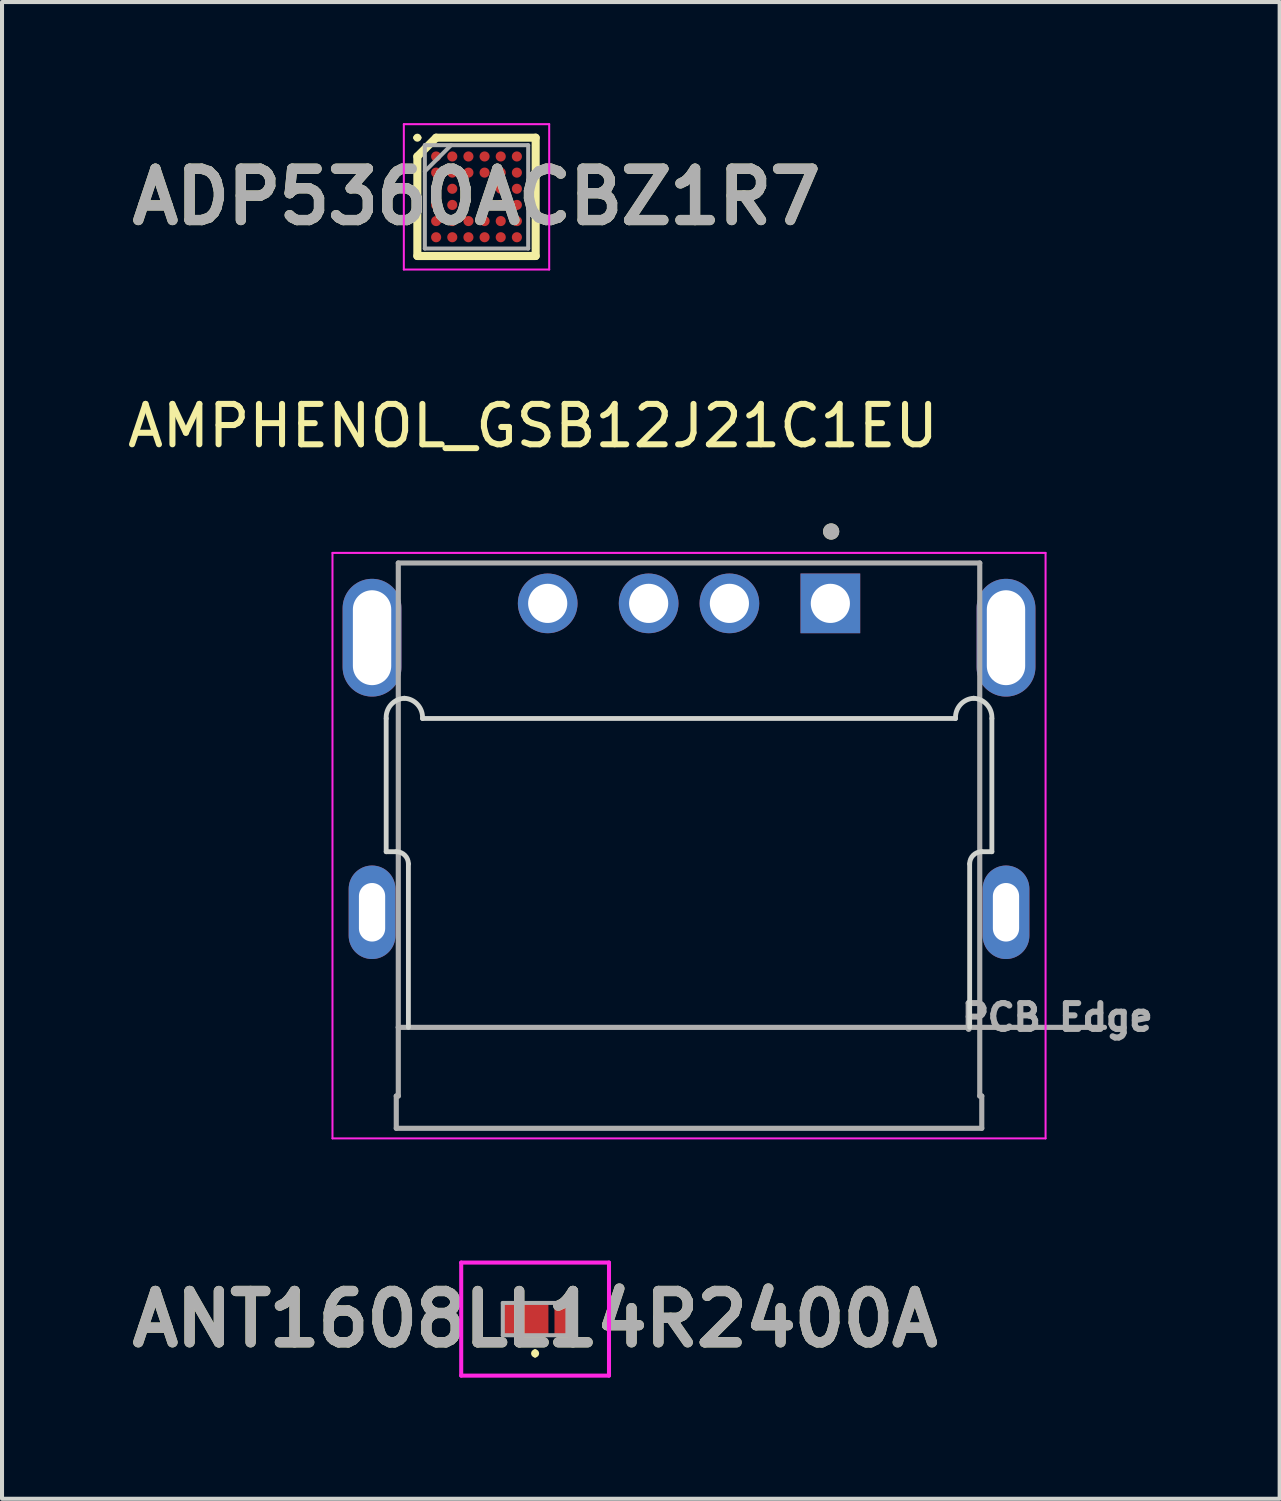
<source format=kicad_pcb>
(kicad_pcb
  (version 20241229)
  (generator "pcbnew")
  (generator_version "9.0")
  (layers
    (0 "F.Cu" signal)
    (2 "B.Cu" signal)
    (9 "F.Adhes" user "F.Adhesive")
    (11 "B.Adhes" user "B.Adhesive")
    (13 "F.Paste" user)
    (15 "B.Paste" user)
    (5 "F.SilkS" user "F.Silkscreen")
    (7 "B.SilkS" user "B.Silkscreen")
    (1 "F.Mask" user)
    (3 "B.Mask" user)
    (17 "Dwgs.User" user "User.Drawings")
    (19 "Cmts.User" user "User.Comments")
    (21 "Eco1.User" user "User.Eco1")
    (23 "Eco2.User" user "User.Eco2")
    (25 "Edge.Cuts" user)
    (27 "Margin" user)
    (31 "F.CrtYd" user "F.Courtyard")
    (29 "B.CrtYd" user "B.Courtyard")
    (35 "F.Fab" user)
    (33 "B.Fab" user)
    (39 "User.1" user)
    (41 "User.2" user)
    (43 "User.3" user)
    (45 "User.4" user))
  (footprint "ANT1608LL14R2400A"
    (layer "F.Cu")
    (at 10.202 29.618)
    (property "Reference" "ANT1608LL14R2400A" (at 0 0 0) (layer "F.SilkS") (effects (font (size 1.27 1.27) (thickness 0.254))))
    (attr smd)
    (fp_line (start 0 0.8) (end 0 0.8) (stroke (width 0.1) (type solid)) (layer "F.SilkS"))
    (fp_line (start 0 0.9) (end 0 0.9) (stroke (width 0.1) (type solid)) (layer "F.SilkS"))
    (fp_arc (start 0 0.8) (mid 0.05 0.85) (end 0 0.9) (stroke (width 0.1) (type solid)) (layer "F.SilkS"))
    (fp_arc (start 0 0.9) (mid -0.05 0.85) (end 0 0.8) (stroke (width 0.1) (type solid)) (layer "F.SilkS"))
    (fp_line (start -1.83 -1.4) (end 1.83 -1.4) (stroke (width 0.1) (type solid)) (layer "F.CrtYd"))
    (fp_line (start -1.83 1.4) (end -1.83 -1.4) (stroke (width 0.1) (type solid)) (layer "F.CrtYd"))
    (fp_line (start 1.83 -1.4) (end 1.83 1.4) (stroke (width 0.1) (type solid)) (layer "F.CrtYd"))
    (fp_line (start 1.83 1.4) (end -1.83 1.4) (stroke (width 0.1) (type solid)) (layer "F.CrtYd"))
    (fp_line (start -0.8 -0.4) (end 0.8 -0.4) (stroke (width 0.1) (type solid)) (layer "F.Fab"))
    (fp_line (start -0.8 0.4) (end -0.8 -0.4) (stroke (width 0.1) (type solid)) (layer "F.Fab"))
    (fp_line (start 0.8 -0.4) (end 0.8 0.4) (stroke (width 0.1) (type solid)) (layer "F.Fab"))
    (fp_line (start 0.8 0.4) (end -0.8 0.4) (stroke (width 0.1) (type solid)) (layer "F.Fab"))
    (fp_text user "${REFERENCE}" (at 0 0 0) (layer "F.Fab") (effects (font (size 1.27 1.27) (thickness 0.254))))
    (pad "1" smd rect (at 0 0) (size 0.66 0.8) (layers "F.Cu" "F.Mask" "F.Paste"))
    (pad "S1" smd rect (at -0.655 0) (size 0.35 0.8) (layers "F.Cu" "F.Mask" "F.Paste"))
    (pad "S2" smd rect (at 0.655 0) (size 0.35 0.8) (layers "F.Cu" "F.Mask" "F.Paste")))
  (footprint "ADP5360ACBZ1R7"
    (layer "F.Cu")
    (at 8.751 1.825)
    (property "Reference" "ADP5360ACBZ1R7" (at 0 0 0) (layer "F.SilkS") (effects (font (size 1.27 1.27) (thickness 0.254))))
    (attr smd)
    (fp_line (start -1.515 -1.465) (end -1.515 -1.465) (stroke (width 0.1) (type solid)) (layer "F.SilkS"))
    (fp_line (start -1.465 -1) (end -1 -1.465) (stroke (width 0.2) (type solid)) (layer "F.SilkS"))
    (fp_line (start -1.465 1.465) (end -1.465 -1) (stroke (width 0.2) (type solid)) (layer "F.SilkS"))
    (fp_line (start -1.415 -1.465) (end -1.415 -1.465) (stroke (width 0.1) (type solid)) (layer "F.SilkS"))
    (fp_line (start -1 -1.465) (end 1.465 -1.465) (stroke (width 0.2) (type solid)) (layer "F.SilkS"))
    (fp_line (start 1.465 -1.465) (end 1.465 1.465) (stroke (width 0.2) (type solid)) (layer "F.SilkS"))
    (fp_line (start 1.465 1.465) (end -1.465 1.465) (stroke (width 0.2) (type solid)) (layer "F.SilkS"))
    (fp_arc (start -1.515 -1.465) (mid -1.465 -1.515) (end -1.415 -1.465) (stroke (width 0.1) (type solid)) (layer "F.SilkS"))
    (fp_arc (start -1.415 -1.465) (mid -1.465 -1.415) (end -1.515 -1.465) (stroke (width 0.1) (type solid)) (layer "F.SilkS"))
    (fp_line (start -1.8 -1.8) (end 1.8 -1.8) (stroke (width 0.05) (type solid)) (layer "F.CrtYd"))
    (fp_line (start -1.8 1.8) (end -1.8 -1.8) (stroke (width 0.05) (type solid)) (layer "F.CrtYd"))
    (fp_line (start 1.8 -1.8) (end 1.8 1.8) (stroke (width 0.05) (type solid)) (layer "F.CrtYd"))
    (fp_line (start 1.8 1.8) (end -1.8 1.8) (stroke (width 0.05) (type solid)) (layer "F.CrtYd"))
    (fp_line (start -1.28 -1.28) (end 1.28 -1.28) (stroke (width 0.1) (type solid)) (layer "F.Fab"))
    (fp_line (start -1.28 -0.63) (end -0.63 -1.28) (stroke (width 0.1) (type solid)) (layer "F.Fab"))
    (fp_line (start -1.28 1.28) (end -1.28 -1.28) (stroke (width 0.1) (type solid)) (layer "F.Fab"))
    (fp_line (start 1.28 -1.28) (end 1.28 1.28) (stroke (width 0.1) (type solid)) (layer "F.Fab"))
    (fp_line (start 1.28 1.28) (end -1.28 1.28) (stroke (width 0.1) (type solid)) (layer "F.Fab"))
    (fp_text user "${REFERENCE}" (at 0 0 0) (layer "F.Fab") (effects (font (size 1.27 1.27) (thickness 0.254))))
    (pad "A1" smd circle (at -1 -1) (size 0.25 0.25) (layers "F.Cu" "F.Mask" "F.Paste"))
    (pad "A2" smd circle (at -0.6 -1) (size 0.25 0.25) (layers "F.Cu" "F.Mask" "F.Paste"))
    (pad "A3" smd circle (at -0.2 -1) (size 0.25 0.25) (layers "F.Cu" "F.Mask" "F.Paste"))
    (pad "A4" smd circle (at 0.2 -1) (size 0.25 0.25) (layers "F.Cu" "F.Mask" "F.Paste"))
    (pad "A5" smd circle (at 0.6 -1) (size 0.25 0.25) (layers "F.Cu" "F.Mask" "F.Paste"))
    (pad "A6" smd circle (at 1 -1) (size 0.25 0.25) (layers "F.Cu" "F.Mask" "F.Paste"))
    (pad "B1" smd circle (at -1 -0.6) (size 0.25 0.25) (layers "F.Cu" "F.Mask" "F.Paste"))
    (pad "B2" smd circle (at -0.6 -0.6) (size 0.25 0.25) (layers "F.Cu" "F.Mask" "F.Paste"))
    (pad "B3" smd circle (at -0.2 -0.6) (size 0.25 0.25) (layers "F.Cu" "F.Mask" "F.Paste"))
    (pad "B4" smd circle (at 0.2 -0.6) (size 0.25 0.25) (layers "F.Cu" "F.Mask" "F.Paste"))
    (pad "B5" smd circle (at 0.6 -0.6) (size 0.25 0.25) (layers "F.Cu" "F.Mask" "F.Paste"))
    (pad "B6" smd circle (at 1 -0.6) (size 0.25 0.25) (layers "F.Cu" "F.Mask" "F.Paste"))
    (pad "C1" smd circle (at -1 -0.2) (size 0.25 0.25) (layers "F.Cu" "F.Mask" "F.Paste"))
    (pad "C2" smd circle (at -0.6 -0.2) (size 0.25 0.25) (layers "F.Cu" "F.Mask" "F.Paste"))
    (pad "C5" smd circle (at 0.6 -0.2) (size 0.25 0.25) (layers "F.Cu" "F.Mask" "F.Paste"))
    (pad "C6" smd circle (at 1 -0.2) (size 0.25 0.25) (layers "F.Cu" "F.Mask" "F.Paste"))
    (pad "D1" smd circle (at -1 0.2) (size 0.25 0.25) (layers "F.Cu" "F.Mask" "F.Paste"))
    (pad "D2" smd circle (at -0.6 0.2) (size 0.25 0.25) (layers "F.Cu" "F.Mask" "F.Paste"))
    (pad "D5" smd circle (at 0.6 0.2) (size 0.25 0.25) (layers "F.Cu" "F.Mask" "F.Paste"))
    (pad "D6" smd circle (at 1 0.2) (size 0.25 0.25) (layers "F.Cu" "F.Mask" "F.Paste"))
    (pad "E1" smd circle (at -1 0.6) (size 0.25 0.25) (layers "F.Cu" "F.Mask" "F.Paste"))
    (pad "E2" smd circle (at -0.6 0.6) (size 0.25 0.25) (layers "F.Cu" "F.Mask" "F.Paste"))
    (pad "E3" smd circle (at -0.2 0.6) (size 0.25 0.25) (layers "F.Cu" "F.Mask" "F.Paste"))
    (pad "E4" smd circle (at 0.2 0.6) (size 0.25 0.25) (layers "F.Cu" "F.Mask" "F.Paste"))
    (pad "E5" smd circle (at 0.6 0.6) (size 0.25 0.25) (layers "F.Cu" "F.Mask" "F.Paste"))
    (pad "E6" smd circle (at 1 0.6) (size 0.25 0.25) (layers "F.Cu" "F.Mask" "F.Paste"))
    (pad "F1" smd circle (at -1 1) (size 0.25 0.25) (layers "F.Cu" "F.Mask" "F.Paste"))
    (pad "F2" smd circle (at -0.6 1) (size 0.25 0.25) (layers "F.Cu" "F.Mask" "F.Paste"))
    (pad "F3" smd circle (at -0.2 1) (size 0.25 0.25) (layers "F.Cu" "F.Mask" "F.Paste"))
    (pad "F4" smd circle (at 0.2 1) (size 0.25 0.25) (layers "F.Cu" "F.Mask" "F.Paste"))
    (pad "F5" smd circle (at 0.6 1) (size 0.25 0.25) (layers "F.Cu" "F.Mask" "F.Paste"))
    (pad "F6" smd circle (at 1 1) (size 0.25 0.25) (layers "F.Cu" "F.Mask" "F.Paste")))
  (footprint "AMPHENOL_GSB12J21C1EU"
    (layer "F.Cu")
    (at 14.014 12.743)
    (property "Reference" "AMPHENOL_GSB12J21C1EU" (at -3.865 -5.245 0) (layer "F.SilkS") (effects (font (size 1 1) (thickness 0.15))))
    (attr through_hole)
    (fp_circle (center 3.52 -2.63) (end 3.62 -2.63) (stroke (width 0.2) (type solid)) (fill yes) (layer "F.SilkS"))
    (fp_line (start -7.5 5.3) (end -7.5 2) (stroke (width 0.12) (type solid)) (layer "Edge.Cuts"))
    (fp_line (start -7.25 5.3) (end -7.5 5.3) (stroke (width 0.12) (type solid)) (layer "Edge.Cuts"))
    (fp_line (start -6.95 9.65) (end -6.95 5.6) (stroke (width 0.12) (type solid)) (layer "Edge.Cuts"))
    (fp_line (start -6.6 2) (end 6.6 2) (stroke (width 0.12) (type solid)) (layer "Edge.Cuts"))
    (fp_line (start 6.95 5.6) (end 6.95 9.65) (stroke (width 0.12) (type solid)) (layer "Edge.Cuts"))
    (fp_line (start 7.5 2) (end 7.5 5.3) (stroke (width 0.12) (type solid)) (layer "Edge.Cuts"))
    (fp_line (start 7.5 5.3) (end 7.25 5.3) (stroke (width 0.12) (type solid)) (layer "Edge.Cuts"))
    (fp_arc (start -7.5 2) (mid -7.378554 1.656801) (end -7.05 1.5) (stroke (width 0.12) (type solid)) (layer "Edge.Cuts"))
    (fp_arc (start -7.25 5.3) (mid -7.037868 5.387868) (end -6.95 5.6) (stroke (width 0.12) (type solid)) (layer "Edge.Cuts"))
    (fp_arc (start -7.05 1.5) (mid -6.721447 1.656802) (end -6.6 2) (stroke (width 0.12) (type solid)) (layer "Edge.Cuts"))
    (fp_arc (start 6.6 2) (mid 6.721447 1.656802) (end 7.05 1.5) (stroke (width 0.12) (type solid)) (layer "Edge.Cuts"))
    (fp_arc (start 6.95 5.6) (mid 7.037868 5.387868) (end 7.25 5.3) (stroke (width 0.12) (type solid)) (layer "Edge.Cuts"))
    (fp_arc (start 7.05 1.5) (mid 7.378553 1.656802) (end 7.5 2) (stroke (width 0.12) (type solid)) (layer "Edge.Cuts"))
    (fp_line (start -8.83 -2.1) (end -8.83 12.4) (stroke (width 0.05) (type solid)) (layer "F.CrtYd"))
    (fp_line (start -8.83 12.4) (end 8.83 12.4) (stroke (width 0.05) (type solid)) (layer "F.CrtYd"))
    (fp_line (start 8.83 -2.1) (end -8.83 -2.1) (stroke (width 0.05) (type solid)) (layer "F.CrtYd"))
    (fp_line (start 8.83 12.4) (end 8.83 -2.1) (stroke (width 0.05) (type solid)) (layer "F.CrtYd"))
    (fp_line (start -7.25 11.35) (end -7.2 11.35) (stroke (width 0.127) (type solid)) (layer "F.Fab"))
    (fp_line (start -7.25 12.15) (end -7.25 11.35) (stroke (width 0.127) (type solid)) (layer "F.Fab"))
    (fp_line (start -7.2 -1.85) (end 7.2 -1.85) (stroke (width 0.127) (type solid)) (layer "F.Fab"))
    (fp_line (start -7.2 9.65) (end -7.2 -1.85) (stroke (width 0.127) (type solid)) (layer "F.Fab"))
    (fp_line (start -7.2 9.65) (end 10.29 9.65) (stroke (width 0.127) (type solid)) (layer "F.Fab"))
    (fp_line (start -7.2 11.35) (end -7.2 9.65) (stroke (width 0.127) (type solid)) (layer "F.Fab"))
    (fp_line (start 7.2 -1.85) (end 7.2 11.35) (stroke (width 0.127) (type solid)) (layer "F.Fab"))
    (fp_line (start 7.2 11.35) (end 7.25 11.35) (stroke (width 0.127) (type solid)) (layer "F.Fab"))
    (fp_line (start 7.25 11.35) (end 7.25 12.15) (stroke (width 0.127) (type solid)) (layer "F.Fab"))
    (fp_line (start 7.25 12.15) (end -7.25 12.15) (stroke (width 0.127) (type solid)) (layer "F.Fab"))
    (fp_circle (center 3.52 -2.63) (end 3.62 -2.63) (stroke (width 0.2) (type solid)) (fill no) (layer "F.Fab"))
    (fp_text user "PCB Edge" (at 9.12 9.4 0) (layer "F.Fab") (effects (font (size 0.64 0.64) (thickness 0.15))))
    (pad "1" thru_hole rect (at 3.5 -0.85) (size 1.478 1.478) (drill 0.97) (layers "*.Cu" "*.Mask"))
    (pad "2" thru_hole circle (at 1 -0.85) (size 1.478 1.478) (drill 0.97) (layers "*.Cu" "*.Mask"))
    (pad "3" thru_hole circle (at -1 -0.85) (size 1.478 1.478) (drill 0.97) (layers "*.Cu" "*.Mask"))
    (pad "4" thru_hole circle (at -3.5 -0.85) (size 1.478 1.478) (drill 0.97) (layers "*.Cu" "*.Mask"))
    (pad "SH1" thru_hole oval (at -7.85 6.8) (size 1.158 2.316) (drill oval 0.65 1.45) (layers "*.Cu" "*.Mask"))
    (pad "SH2" thru_hole oval (at 7.85 6.8) (size 1.158 2.316) (drill oval 0.65 1.45) (layers "*.Cu" "*.Mask"))
    (pad "SH3" thru_hole oval (at -7.85 0) (size 1.458 2.916) (drill oval 0.95 2.35) (layers "*.Cu" "*.Mask"))
    (pad "SH4" thru_hole oval (at 7.85 0) (size 1.458 2.916) (drill oval 0.95 2.35) (layers "*.Cu" "*.Mask")))
  (gr_rect
    (start -3 -3)
    (end 28.641 34.068)
    (stroke (width 0.1) (type default))
    (fill no)
    (layer "Edge.Cuts")))
</source>
